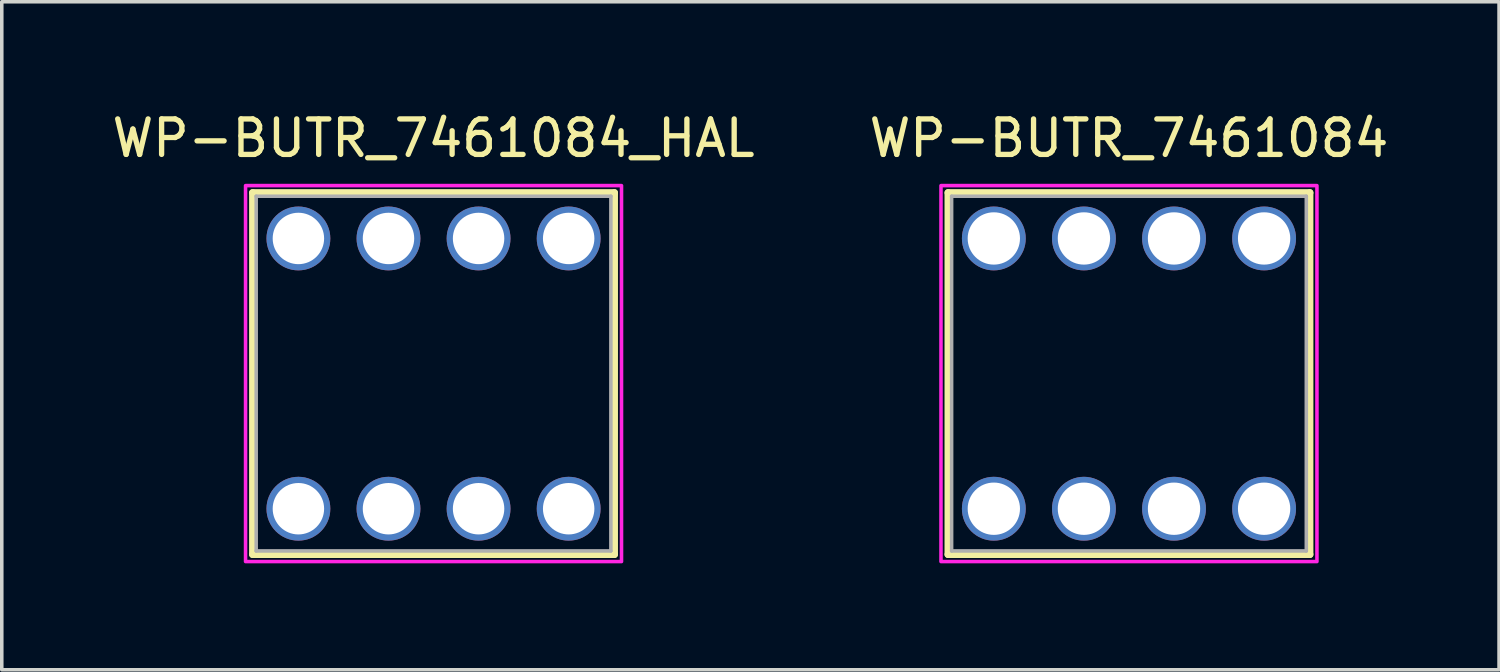
<source format=kicad_pcb>
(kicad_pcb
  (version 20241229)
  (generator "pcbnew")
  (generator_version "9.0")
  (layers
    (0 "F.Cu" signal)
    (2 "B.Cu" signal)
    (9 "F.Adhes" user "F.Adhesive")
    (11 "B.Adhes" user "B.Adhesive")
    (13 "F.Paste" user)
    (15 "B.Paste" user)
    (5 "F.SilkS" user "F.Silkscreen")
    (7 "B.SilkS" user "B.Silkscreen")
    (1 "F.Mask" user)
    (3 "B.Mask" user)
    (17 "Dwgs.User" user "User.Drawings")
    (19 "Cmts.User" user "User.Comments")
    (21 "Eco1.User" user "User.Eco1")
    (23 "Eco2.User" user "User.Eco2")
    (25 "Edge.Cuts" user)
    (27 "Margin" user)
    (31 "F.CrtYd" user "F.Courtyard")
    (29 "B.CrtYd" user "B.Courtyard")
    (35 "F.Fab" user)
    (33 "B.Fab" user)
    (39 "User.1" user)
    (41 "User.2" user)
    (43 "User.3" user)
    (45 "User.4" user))
  (footprint "WP-BUTR_7461084_HAL"
    (layer "F.Cu")
    (at 9.173 7.483)
    (property "Reference" "WP-BUTR_7461084_HAL" (at 0 -6.635 0) (layer "F.SilkS") (effects (font (size 1 1) (thickness 0.15))))
    (attr through_hole)
    (fp_line (start -5.1 -5.1) (end 5.1 -5.1) (stroke (width 0.2) (type solid)) (layer "F.SilkS"))
    (fp_line (start -5.1 5.1) (end -5.1 -5.1) (stroke (width 0.2) (type solid)) (layer "F.SilkS"))
    (fp_line (start 5.1 -5.1) (end 5.1 5.1) (stroke (width 0.2) (type solid)) (layer "F.SilkS"))
    (fp_line (start 5.1 5.1) (end -5.1 5.1) (stroke (width 0.2) (type solid)) (layer "F.SilkS"))
    (fp_poly (pts (xy -5.3 -5.3) (xy 5.3 -5.3) (xy 5.3 5.3) (xy -5.3 5.3)) (stroke (width 0.1) (type solid)) (fill no) (layer "F.CrtYd"))
    (fp_line (start -5 -5) (end 5 -5) (stroke (width 0.1) (type solid)) (layer "F.Fab"))
    (fp_line (start -5 5) (end -5 -5) (stroke (width 0.1) (type solid)) (layer "F.Fab"))
    (fp_line (start 5 -5) (end 5 5) (stroke (width 0.1) (type solid)) (layer "F.Fab"))
    (fp_line (start 5 5) (end -5 5) (stroke (width 0.1) (type solid)) (layer "F.Fab"))
    (pad "1" thru_hole circle (at -3.81 -3.81) (size 1.8 1.8) (drill 1.45) (layers "*.Cu" "*.Mask"))
    (pad "2" thru_hole circle (at -1.27 -3.81) (size 1.8 1.8) (drill 1.45) (layers "*.Cu" "*.Mask"))
    (pad "3" thru_hole circle (at 1.27 -3.81) (size 1.8 1.8) (drill 1.45) (layers "*.Cu" "*.Mask"))
    (pad "4" thru_hole circle (at 3.81 -3.81) (size 1.8 1.8) (drill 1.45) (layers "*.Cu" "*.Mask"))
    (pad "5" thru_hole circle (at 3.81 3.81) (size 1.8 1.8) (drill 1.45) (layers "*.Cu" "*.Mask"))
    (pad "6" thru_hole circle (at 1.27 3.81) (size 1.8 1.8) (drill 1.45) (layers "*.Cu" "*.Mask"))
    (pad "7" thru_hole circle (at -1.27 3.81) (size 1.8 1.8) (drill 1.45) (layers "*.Cu" "*.Mask"))
    (pad "8" thru_hole circle (at -3.81 3.81) (size 1.8 1.8) (drill 1.45) (layers "*.Cu" "*.Mask")))
  (footprint "WP-BUTR_7461084"
    (layer "F.Cu")
    (at 28.78 7.483)
    (property "Reference" "WP-BUTR_7461084" (at 0 -6.635 0) (layer "F.SilkS") (effects (font (size 1 1) (thickness 0.15))))
    (attr through_hole)
    (fp_line (start -5.1 -5.1) (end 5.1 -5.1) (stroke (width 0.2) (type solid)) (layer "F.SilkS"))
    (fp_line (start -5.1 5.1) (end -5.1 -5.1) (stroke (width 0.2) (type solid)) (layer "F.SilkS"))
    (fp_line (start 5.1 -5.1) (end 5.1 5.1) (stroke (width 0.2) (type solid)) (layer "F.SilkS"))
    (fp_line (start 5.1 5.1) (end -5.1 5.1) (stroke (width 0.2) (type solid)) (layer "F.SilkS"))
    (fp_poly (pts (xy -5.3 -5.3) (xy 5.3 -5.3) (xy 5.3 5.3) (xy -5.3 5.3)) (stroke (width 0.1) (type solid)) (fill no) (layer "F.CrtYd"))
    (fp_line (start -5 -5) (end 5 -5) (stroke (width 0.1) (type solid)) (layer "F.Fab"))
    (fp_line (start -5 5) (end -5 -5) (stroke (width 0.1) (type solid)) (layer "F.Fab"))
    (fp_line (start 5 -5) (end 5 5) (stroke (width 0.1) (type solid)) (layer "F.Fab"))
    (fp_line (start 5 5) (end -5 5) (stroke (width 0.1) (type solid)) (layer "F.Fab"))
    (pad "1" thru_hole circle (at -3.81 -3.81) (size 1.8 1.8) (drill 1.475) (layers "*.Cu" "*.Mask"))
    (pad "2" thru_hole circle (at -1.27 -3.81) (size 1.8 1.8) (drill 1.475) (layers "*.Cu" "*.Mask"))
    (pad "3" thru_hole circle (at 1.27 -3.81) (size 1.8 1.8) (drill 1.475) (layers "*.Cu" "*.Mask"))
    (pad "4" thru_hole circle (at 3.81 -3.81) (size 1.8 1.8) (drill 1.475) (layers "*.Cu" "*.Mask"))
    (pad "5" thru_hole circle (at 3.81 3.81) (size 1.8 1.8) (drill 1.475) (layers "*.Cu" "*.Mask"))
    (pad "6" thru_hole circle (at 1.27 3.81) (size 1.8 1.8) (drill 1.475) (layers "*.Cu" "*.Mask"))
    (pad "7" thru_hole circle (at -1.27 3.81) (size 1.8 1.8) (drill 1.475) (layers "*.Cu" "*.Mask"))
    (pad "8" thru_hole circle (at -3.81 3.81) (size 1.8 1.8) (drill 1.475) (layers "*.Cu" "*.Mask")))
  (gr_rect
    (start -3 -3)
    (end 39.214 15.833)
    (stroke (width 0.1) (type default))
    (fill no)
    (layer "Edge.Cuts")))
</source>
